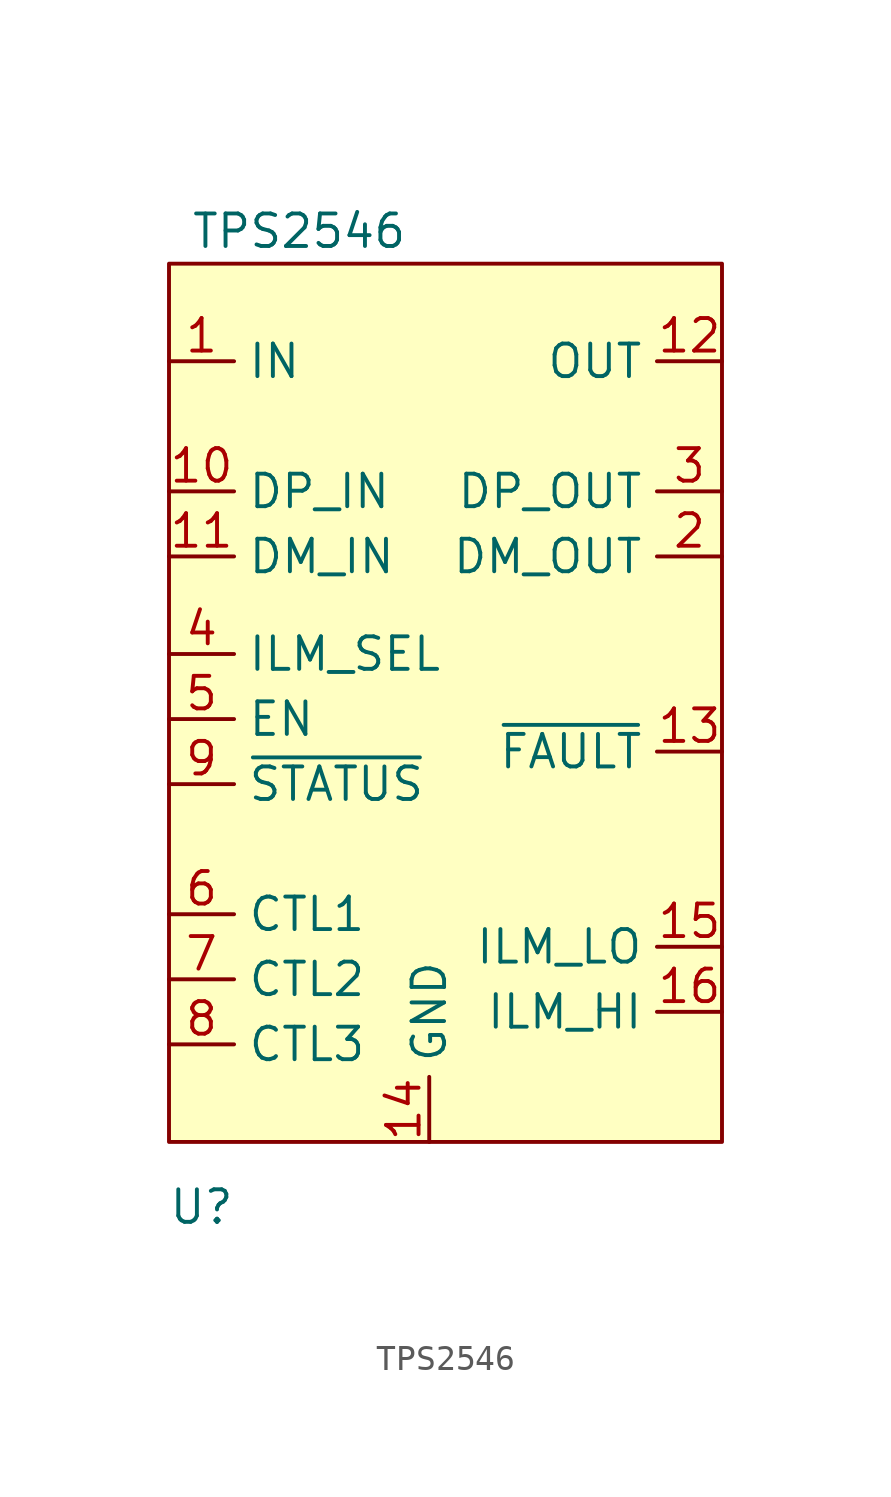
<source format=kicad_sym>
(kicad_symbol_lib
  (version 20211014)
  (generator kicad_symbol_editor)
  (symbol "TPS2546"
    (property "Reference" "U"
      (at -3.81 -35.56 0)
      (effects (font (size 1.27 1.27))))
    (property "Value" "TPS2546"
      (at 0 2.54 0)
      (effects (font (size 1.27 1.27))))
    (symbol "TPS2546_0_1"
      (rectangle (start -5.08 1.27) (end 16.51 -33.02) (stroke (width 0) (type default) (color 0 0 0 0)) (fill (type background))))
    (symbol "TPS2546_1_1"
      (pin power_in line (at -5.08 -2.54 0) (length 2.54) (name "IN" (effects (font (size 1.27 1.27)))) (number "1" (effects (font (size 1.27 1.27)))))
      (pin bidirectional line (at -5.08 -7.62 0) (length 2.54) (name "DP_IN" (effects (font (size 1.27 1.27)))) (number "10" (effects (font (size 1.27 1.27)))))
      (pin bidirectional line (at -5.08 -10.16 0) (length 2.54) (name "DM_IN" (effects (font (size 1.27 1.27)))) (number "11" (effects (font (size 1.27 1.27)))))
      (pin power_out line (at 16.51 -2.54 180) (length 2.54) (name "OUT" (effects (font (size 1.27 1.27)))) (number "12" (effects (font (size 1.27 1.27)))))
      (pin output line (at 16.51 -17.78 180) (length 2.54) (name "~{FAULT}" (effects (font (size 1.27 1.27)))) (number "13" (effects (font (size 1.27 1.27)))))
      (pin power_in line (at 5.08 -33.02 90) (length 2.54) (name "GND" (effects (font (size 1.27 1.27)))) (number "14" (effects (font (size 1.27 1.27)))))
      (pin input line (at 16.51 -25.4 180) (length 2.54) (name "ILM_LO" (effects (font (size 1.27 1.27)))) (number "15" (effects (font (size 1.27 1.27)))))
      (pin input line (at 16.51 -27.94 180) (length 2.54) (name "ILM_HI" (effects (font (size 1.27 1.27)))) (number "16" (effects (font (size 1.27 1.27)))))
      (pin bidirectional line (at 16.51 -10.16 180) (length 2.54) (name "DM_OUT" (effects (font (size 1.27 1.27)))) (number "2" (effects (font (size 1.27 1.27)))))
      (pin bidirectional line (at 16.51 -7.62 180) (length 2.54) (name "DP_OUT" (effects (font (size 1.27 1.27)))) (number "3" (effects (font (size 1.27 1.27)))))
      (pin input line (at -5.08 -13.97 0) (length 2.54) (name "ILM_SEL" (effects (font (size 1.27 1.27)))) (number "4" (effects (font (size 1.27 1.27)))))
      (pin input line (at -5.08 -16.51 0) (length 2.54) (name "EN" (effects (font (size 1.27 1.27)))) (number "5" (effects (font (size 1.27 1.27)))))
      (pin input line (at -5.08 -24.13 0) (length 2.54) (name "CTL1" (effects (font (size 1.27 1.27)))) (number "6" (effects (font (size 1.27 1.27)))))
      (pin input line (at -5.08 -26.67 0) (length 2.54) (name "CTL2" (effects (font (size 1.27 1.27)))) (number "7" (effects (font (size 1.27 1.27)))))
      (pin input line (at -5.08 -29.21 0) (length 2.54) (name "CTL3" (effects (font (size 1.27 1.27)))) (number "8" (effects (font (size 1.27 1.27)))))
      (pin output line (at -5.08 -19.05 0) (length 2.54) (name "~{STATUS}" (effects (font (size 1.27 1.27)))) (number "9" (effects (font (size 1.27 1.27))))))))
</source>
